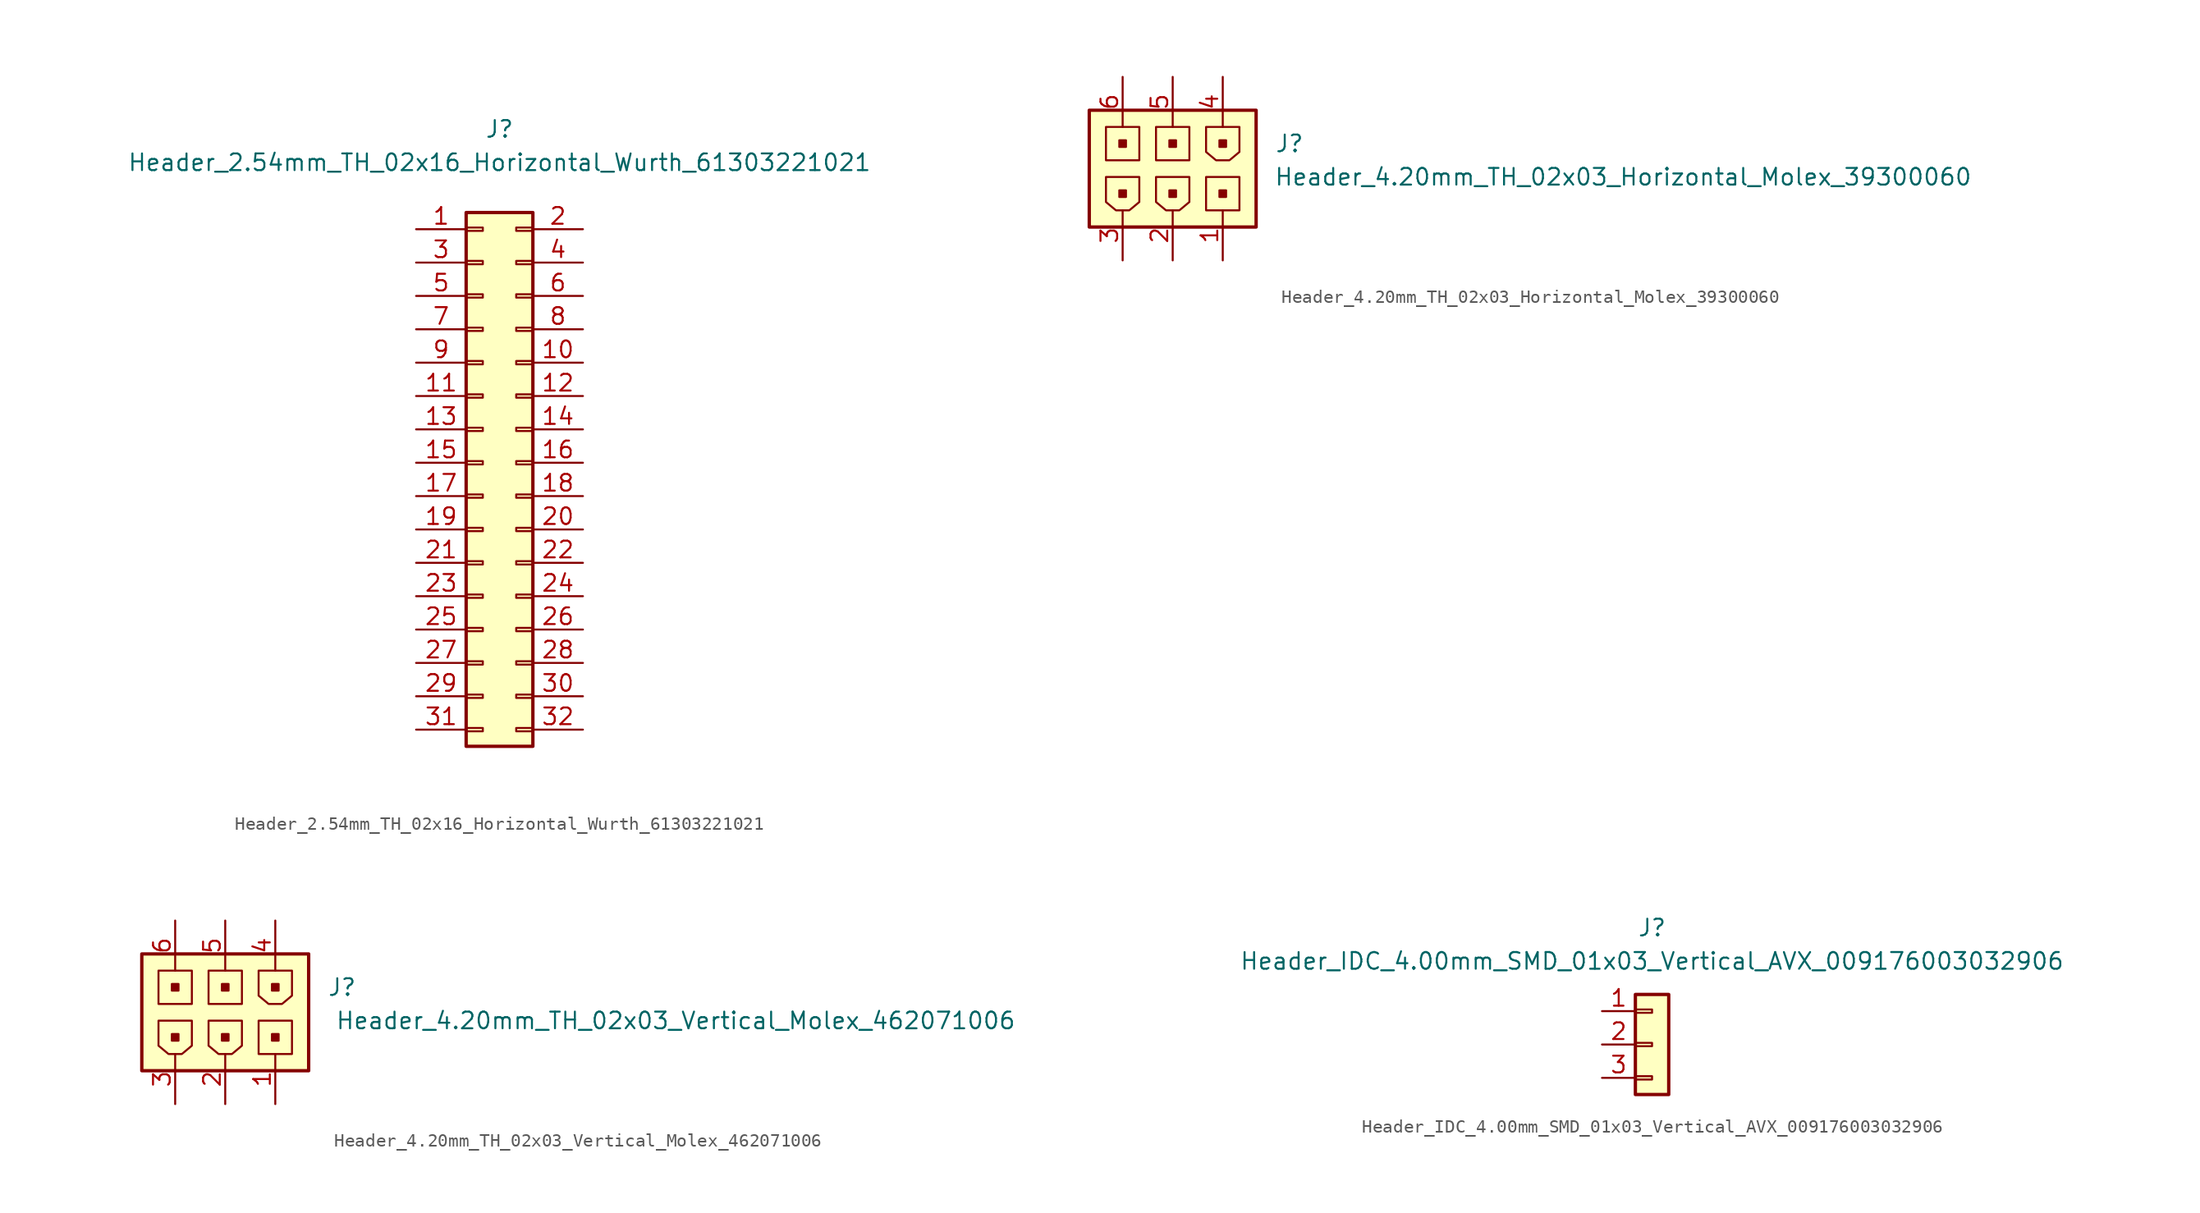
<source format=kicad_sym>
(kicad_symbol_lib
  (version 20241209)
  (generator "kicad_symbol_editor")
  (generator_version "9.0")
  (symbol "Header_2.54mm_TH_02x16_Horizontal_Wurth_61303221021"
    (pin_names
      (offset 1.27)
      (hide yes))
    (property "Reference" "J"
      (at 0 26.67 0)
      (effects (font (size 1.27 1.27))))
    (property "Value" "Header_2.54mm_TH_02x16_Horizontal_Wurth_61303221021"
      (at 0 24.13 0)
      (effects (font (size 1.27 1.27))))
    (symbol "Header_2.54mm_TH_02x16_Horizontal_Wurth_61303221021_1_1"
      (rectangle (start -2.54 20.32) (end 2.54 -20.32) (stroke (width 0.254) (type default)) (fill (type background)))
      (rectangle (start -2.54 19.177) (end -1.27 18.923) (stroke (width 0.152) (type default)) (fill (type none)))
      (rectangle (start -2.54 16.637) (end -1.27 16.383) (stroke (width 0.152) (type default)) (fill (type none)))
      (rectangle (start -2.54 14.097) (end -1.27 13.843) (stroke (width 0.152) (type default)) (fill (type none)))
      (rectangle (start -2.54 11.557) (end -1.27 11.303) (stroke (width 0.152) (type default)) (fill (type none)))
      (rectangle (start -2.54 9.017) (end -1.27 8.763) (stroke (width 0.152) (type default)) (fill (type none)))
      (rectangle (start -2.54 6.477) (end -1.27 6.223) (stroke (width 0.152) (type default)) (fill (type none)))
      (rectangle (start -2.54 3.937) (end -1.27 3.683) (stroke (width 0.152) (type default)) (fill (type none)))
      (rectangle (start -2.54 1.397) (end -1.27 1.143) (stroke (width 0.152) (type default)) (fill (type none)))
      (rectangle (start -2.54 -1.143) (end -1.27 -1.397) (stroke (width 0.152) (type default)) (fill (type none)))
      (rectangle (start -2.54 -3.683) (end -1.27 -3.937) (stroke (width 0.152) (type default)) (fill (type none)))
      (rectangle (start -2.54 -6.223) (end -1.27 -6.477) (stroke (width 0.152) (type default)) (fill (type none)))
      (rectangle (start -2.54 -8.763) (end -1.27 -9.017) (stroke (width 0.152) (type default)) (fill (type none)))
      (rectangle (start -2.54 -11.303) (end -1.27 -11.557) (stroke (width 0.152) (type default)) (fill (type none)))
      (rectangle (start -2.54 -13.843) (end -1.27 -14.097) (stroke (width 0.152) (type default)) (fill (type none)))
      (rectangle (start -2.54 -16.383) (end -1.27 -16.637) (stroke (width 0.152) (type default)) (fill (type none)))
      (rectangle (start -2.54 -18.923) (end -1.27 -19.177) (stroke (width 0.152) (type default)) (fill (type none)))
      (rectangle (start 2.54 19.177) (end 1.27 18.923) (stroke (width 0.152) (type default)) (fill (type none)))
      (rectangle (start 2.54 16.637) (end 1.27 16.383) (stroke (width 0.152) (type default)) (fill (type none)))
      (rectangle (start 2.54 14.097) (end 1.27 13.843) (stroke (width 0.152) (type default)) (fill (type none)))
      (rectangle (start 2.54 11.557) (end 1.27 11.303) (stroke (width 0.152) (type default)) (fill (type none)))
      (rectangle (start 2.54 9.017) (end 1.27 8.763) (stroke (width 0.152) (type default)) (fill (type none)))
      (rectangle (start 2.54 6.477) (end 1.27 6.223) (stroke (width 0.152) (type default)) (fill (type none)))
      (rectangle (start 2.54 3.937) (end 1.27 3.683) (stroke (width 0.152) (type default)) (fill (type none)))
      (rectangle (start 2.54 1.397) (end 1.27 1.143) (stroke (width 0.152) (type default)) (fill (type none)))
      (rectangle (start 2.54 -1.143) (end 1.27 -1.397) (stroke (width 0.152) (type default)) (fill (type none)))
      (rectangle (start 2.54 -3.683) (end 1.27 -3.937) (stroke (width 0.152) (type default)) (fill (type none)))
      (rectangle (start 2.54 -6.223) (end 1.27 -6.477) (stroke (width 0.152) (type default)) (fill (type none)))
      (rectangle (start 2.54 -8.763) (end 1.27 -9.017) (stroke (width 0.152) (type default)) (fill (type none)))
      (rectangle (start 2.54 -11.303) (end 1.27 -11.557) (stroke (width 0.152) (type default)) (fill (type none)))
      (rectangle (start 2.54 -13.843) (end 1.27 -14.097) (stroke (width 0.152) (type default)) (fill (type none)))
      (rectangle (start 2.54 -16.383) (end 1.27 -16.637) (stroke (width 0.152) (type default)) (fill (type none)))
      (rectangle (start 2.54 -18.923) (end 1.27 -19.177) (stroke (width 0.152) (type default)) (fill (type none)))
      (pin passive line (at -6.35 19.05 0) (length 3.81) (name "Pin_1" (effects (font (size 1.27 1.27)))) (number "1" (effects (font (size 1.27 1.27)))))
      (pin passive line (at -6.35 16.51 0) (length 3.81) (name "Pin_3" (effects (font (size 1.27 1.27)))) (number "3" (effects (font (size 1.27 1.27)))))
      (pin passive line (at -6.35 13.97 0) (length 3.81) (name "Pin_5" (effects (font (size 1.27 1.27)))) (number "5" (effects (font (size 1.27 1.27)))))
      (pin passive line (at -6.35 11.43 0) (length 3.81) (name "Pin_7" (effects (font (size 1.27 1.27)))) (number "7" (effects (font (size 1.27 1.27)))))
      (pin passive line (at -6.35 8.89 0) (length 3.81) (name "Pin_9" (effects (font (size 1.27 1.27)))) (number "9" (effects (font (size 1.27 1.27)))))
      (pin passive line (at -6.35 6.35 0) (length 3.81) (name "Pin_11" (effects (font (size 1.27 1.27)))) (number "11" (effects (font (size 1.27 1.27)))))
      (pin passive line (at -6.35 3.81 0) (length 3.81) (name "Pin_13" (effects (font (size 1.27 1.27)))) (number "13" (effects (font (size 1.27 1.27)))))
      (pin passive line (at -6.35 1.27 0) (length 3.81) (name "Pin_15" (effects (font (size 1.27 1.27)))) (number "15" (effects (font (size 1.27 1.27)))))
      (pin passive line (at -6.35 -1.27 0) (length 3.81) (name "Pin_17" (effects (font (size 1.27 1.27)))) (number "17" (effects (font (size 1.27 1.27)))))
      (pin passive line (at -6.35 -3.81 0) (length 3.81) (name "Pin_19" (effects (font (size 1.27 1.27)))) (number "19" (effects (font (size 1.27 1.27)))))
      (pin passive line (at -6.35 -6.35 0) (length 3.81) (name "Pin_21" (effects (font (size 1.27 1.27)))) (number "21" (effects (font (size 1.27 1.27)))))
      (pin passive line (at -6.35 -8.89 0) (length 3.81) (name "Pin_23" (effects (font (size 1.27 1.27)))) (number "23" (effects (font (size 1.27 1.27)))))
      (pin passive line (at -6.35 -11.43 0) (length 3.81) (name "Pin_25" (effects (font (size 1.27 1.27)))) (number "25" (effects (font (size 1.27 1.27)))))
      (pin passive line (at -6.35 -13.97 0) (length 3.81) (name "Pin_27" (effects (font (size 1.27 1.27)))) (number "27" (effects (font (size 1.27 1.27)))))
      (pin passive line (at -6.35 -16.51 0) (length 3.81) (name "Pin_29" (effects (font (size 1.27 1.27)))) (number "29" (effects (font (size 1.27 1.27)))))
      (pin passive line (at -6.35 -19.05 0) (length 3.81) (name "Pin_31" (effects (font (size 1.27 1.27)))) (number "31" (effects (font (size 1.27 1.27)))))
      (pin passive line (at 6.35 19.05 180) (length 3.81) (name "Pin_2" (effects (font (size 1.27 1.27)))) (number "2" (effects (font (size 1.27 1.27)))))
      (pin passive line (at 6.35 16.51 180) (length 3.81) (name "Pin_4" (effects (font (size 1.27 1.27)))) (number "4" (effects (font (size 1.27 1.27)))))
      (pin passive line (at 6.35 13.97 180) (length 3.81) (name "Pin_6" (effects (font (size 1.27 1.27)))) (number "6" (effects (font (size 1.27 1.27)))))
      (pin passive line (at 6.35 11.43 180) (length 3.81) (name "Pin_8" (effects (font (size 1.27 1.27)))) (number "8" (effects (font (size 1.27 1.27)))))
      (pin passive line (at 6.35 8.89 180) (length 3.81) (name "Pin_10" (effects (font (size 1.27 1.27)))) (number "10" (effects (font (size 1.27 1.27)))))
      (pin passive line (at 6.35 6.35 180) (length 3.81) (name "Pin_12" (effects (font (size 1.27 1.27)))) (number "12" (effects (font (size 1.27 1.27)))))
      (pin passive line (at 6.35 3.81 180) (length 3.81) (name "Pin_14" (effects (font (size 1.27 1.27)))) (number "14" (effects (font (size 1.27 1.27)))))
      (pin passive line (at 6.35 1.27 180) (length 3.81) (name "Pin_16" (effects (font (size 1.27 1.27)))) (number "16" (effects (font (size 1.27 1.27)))))
      (pin passive line (at 6.35 -1.27 180) (length 3.81) (name "Pin_18" (effects (font (size 1.27 1.27)))) (number "18" (effects (font (size 1.27 1.27)))))
      (pin passive line (at 6.35 -3.81 180) (length 3.81) (name "Pin_20" (effects (font (size 1.27 1.27)))) (number "20" (effects (font (size 1.27 1.27)))))
      (pin passive line (at 6.35 -6.35 180) (length 3.81) (name "Pin_22" (effects (font (size 1.27 1.27)))) (number "22" (effects (font (size 1.27 1.27)))))
      (pin passive line (at 6.35 -8.89 180) (length 3.81) (name "Pin_24" (effects (font (size 1.27 1.27)))) (number "24" (effects (font (size 1.27 1.27)))))
      (pin passive line (at 6.35 -11.43 180) (length 3.81) (name "Pin_26" (effects (font (size 1.27 1.27)))) (number "26" (effects (font (size 1.27 1.27)))))
      (pin passive line (at 6.35 -13.97 180) (length 3.81) (name "Pin_28" (effects (font (size 1.27 1.27)))) (number "28" (effects (font (size 1.27 1.27)))))
      (pin passive line (at 6.35 -16.51 180) (length 3.81) (name "Pin_30" (effects (font (size 1.27 1.27)))) (number "30" (effects (font (size 1.27 1.27)))))
      (pin passive line (at 6.35 -19.05 180) (length 3.81) (name "Pin_32" (effects (font (size 1.27 1.27)))) (number "32" (effects (font (size 1.27 1.27)))))))
  (symbol "Header_4.20mm_TH_02x03_Horizontal_Molex_39300060"
    (pin_names
      (offset 1.27)
      (hide yes))
    (property "Reference" "J"
      (at 8.89 1.27 0)
      (effects (font (size 1.27 1.27))))
    (property "Value" "Header_4.20mm_TH_02x03_Horizontal_Molex_39300060"
      (at 34.29 -1.27 0)
      (effects (font (size 1.27 1.27))))
    (symbol "Header_4.20mm_TH_02x03_Horizontal_Molex_39300060_0_1"
      (rectangle (start -6.35 -5.08) (end 6.35 3.81) (stroke (width 0.254) (type default)) (fill (type background)))
      (rectangle (start -5.08 2.54) (end -2.54 0) (stroke (width 0) (type default)) (fill (type none)))
      (polyline (pts (xy 2.54 2.54) (xy 5.08 2.54) (xy 5.08 0.635) (xy 4.318 0) (xy 3.81 0) (xy 3.302 0) (xy 2.54 0.635) (xy 2.54 2.54) (xy 3.81 2.54)) (stroke (width 0) (type default)) (fill (type none))))
    (symbol "Header_4.20mm_TH_02x03_Horizontal_Molex_39300060_1_1"
      (polyline (pts (xy -5.08 -1.27) (xy -2.54 -1.27) (xy -2.54 -3.175) (xy -3.302 -3.81) (xy -3.81 -3.81) (xy -4.318 -3.81) (xy -5.08 -3.175) (xy -5.08 -1.27) (xy -3.81 -1.27)) (stroke (width 0) (type default)) (fill (type none)))
      (rectangle (start -4.064 1.524) (end -3.556 1.016) (stroke (width 0) (type default)) (fill (type outline)))
      (rectangle (start -4.064 -2.286) (end -3.556 -2.794) (stroke (width 0) (type default)) (fill (type outline)))
      (rectangle (start -1.27 2.54) (end 1.27 0) (stroke (width 0) (type default)) (fill (type none)))
      (polyline (pts (xy -1.27 -1.27) (xy 1.27 -1.27) (xy 1.27 -3.175) (xy 0.508 -3.81) (xy 0 -3.81) (xy -0.508 -3.81) (xy -1.27 -3.175) (xy -1.27 -1.27) (xy 0 -1.27)) (stroke (width 0) (type default)) (fill (type none)))
      (rectangle (start -0.254 1.524) (end 0.254 1.016) (stroke (width 0) (type default)) (fill (type outline)))
      (rectangle (start -0.254 -2.286) (end 0.254 -2.794) (stroke (width 0) (type default)) (fill (type outline)))
      (rectangle (start 2.54 -1.27) (end 5.08 -3.81) (stroke (width 0) (type default)) (fill (type none)))
      (rectangle (start 3.556 1.524) (end 4.064 1.016) (stroke (width 0) (type default)) (fill (type outline)))
      (rectangle (start 3.556 -2.286) (end 4.064 -2.794) (stroke (width 0) (type default)) (fill (type outline)))
      (pin passive line (at -3.81 6.35 270) (length 3.81) (name "Pin_6" (effects (font (size 1.27 1.27)))) (number "6" (effects (font (size 1.27 1.27)))))
      (pin passive line (at -3.81 -7.62 90) (length 3.81) (name "Pin_3" (effects (font (size 1.27 1.27)))) (number "3" (effects (font (size 1.27 1.27)))))
      (pin passive line (at 0 6.35 270) (length 3.81) (name "Pin_5" (effects (font (size 1.27 1.27)))) (number "5" (effects (font (size 1.27 1.27)))))
      (pin passive line (at 0 -7.62 90) (length 3.81) (name "Pin_2" (effects (font (size 1.27 1.27)))) (number "2" (effects (font (size 1.27 1.27)))))
      (pin passive line (at 3.81 6.35 270) (length 3.81) (name "Pin_4" (effects (font (size 1.27 1.27)))) (number "4" (effects (font (size 1.27 1.27)))))
      (pin passive line (at 3.81 -7.62 90) (length 3.81) (name "Pin_1" (effects (font (size 1.27 1.27)))) (number "1" (effects (font (size 1.27 1.27)))))))
  (symbol "Header_4.20mm_TH_02x03_Vertical_Molex_462071006"
    (pin_names
      (offset 1.27)
      (hide yes))
    (property "Reference" "J"
      (at 8.89 1.27 0)
      (effects (font (size 1.27 1.27))))
    (property "Value" "Header_4.20mm_TH_02x03_Vertical_Molex_462071006"
      (at 34.29 -1.27 0)
      (effects (font (size 1.27 1.27))))
    (symbol "Header_4.20mm_TH_02x03_Vertical_Molex_462071006_0_1"
      (rectangle (start -6.35 -5.08) (end 6.35 3.81) (stroke (width 0.254) (type default)) (fill (type background)))
      (rectangle (start -5.08 2.54) (end -2.54 0) (stroke (width 0) (type default)) (fill (type none)))
      (polyline (pts (xy 2.54 2.54) (xy 5.08 2.54) (xy 5.08 0.635) (xy 4.318 0) (xy 3.81 0) (xy 3.302 0) (xy 2.54 0.635) (xy 2.54 2.54) (xy 3.81 2.54)) (stroke (width 0) (type default)) (fill (type none))))
    (symbol "Header_4.20mm_TH_02x03_Vertical_Molex_462071006_1_1"
      (polyline (pts (xy -5.08 -1.27) (xy -2.54 -1.27) (xy -2.54 -3.175) (xy -3.302 -3.81) (xy -3.81 -3.81) (xy -4.318 -3.81) (xy -5.08 -3.175) (xy -5.08 -1.27) (xy -3.81 -1.27)) (stroke (width 0) (type default)) (fill (type none)))
      (rectangle (start -4.064 1.524) (end -3.556 1.016) (stroke (width 0) (type default)) (fill (type outline)))
      (rectangle (start -4.064 -2.286) (end -3.556 -2.794) (stroke (width 0) (type default)) (fill (type outline)))
      (rectangle (start -1.27 2.54) (end 1.27 0) (stroke (width 0) (type default)) (fill (type none)))
      (polyline (pts (xy -1.27 -1.27) (xy 1.27 -1.27) (xy 1.27 -3.175) (xy 0.508 -3.81) (xy 0 -3.81) (xy -0.508 -3.81) (xy -1.27 -3.175) (xy -1.27 -1.27) (xy 0 -1.27)) (stroke (width 0) (type default)) (fill (type none)))
      (rectangle (start -0.254 1.524) (end 0.254 1.016) (stroke (width 0) (type default)) (fill (type outline)))
      (rectangle (start -0.254 -2.286) (end 0.254 -2.794) (stroke (width 0) (type default)) (fill (type outline)))
      (rectangle (start 2.54 -1.27) (end 5.08 -3.81) (stroke (width 0) (type default)) (fill (type none)))
      (rectangle (start 3.556 1.524) (end 4.064 1.016) (stroke (width 0) (type default)) (fill (type outline)))
      (rectangle (start 3.556 -2.286) (end 4.064 -2.794) (stroke (width 0) (type default)) (fill (type outline)))
      (pin passive line (at -3.81 6.35 270) (length 3.81) (name "Pin_6" (effects (font (size 1.27 1.27)))) (number "6" (effects (font (size 1.27 1.27)))))
      (pin passive line (at -3.81 -7.62 90) (length 3.81) (name "Pin_3" (effects (font (size 1.27 1.27)))) (number "3" (effects (font (size 1.27 1.27)))))
      (pin passive line (at 0 6.35 270) (length 3.81) (name "Pin_5" (effects (font (size 1.27 1.27)))) (number "5" (effects (font (size 1.27 1.27)))))
      (pin passive line (at 0 -7.62 90) (length 3.81) (name "Pin_2" (effects (font (size 1.27 1.27)))) (number "2" (effects (font (size 1.27 1.27)))))
      (pin passive line (at 3.81 6.35 270) (length 3.81) (name "Pin_4" (effects (font (size 1.27 1.27)))) (number "4" (effects (font (size 1.27 1.27)))))
      (pin passive line (at 3.81 -7.62 90) (length 3.81) (name "Pin_1" (effects (font (size 1.27 1.27)))) (number "1" (effects (font (size 1.27 1.27)))))))
  (symbol "Header_IDC_4.00mm_SMD_01x03_Vertical_AVX_009176003032906"
    (pin_names
      (offset 1.27)
      (hide yes))
    (property "Reference" "J"
      (at 0 8.89 0)
      (effects (font (size 1.27 1.27))))
    (property "Value" "Header_IDC_4.00mm_SMD_01x03_Vertical_AVX_009176003032906"
      (at 0 6.35 0)
      (effects (font (size 1.27 1.27))))
    (symbol "Header_IDC_4.00mm_SMD_01x03_Vertical_AVX_009176003032906_1_1"
      (rectangle (start -1.27 3.81) (end 1.27 -3.81) (stroke (width 0.254) (type default)) (fill (type background)))
      (rectangle (start -1.27 2.667) (end 0 2.413) (stroke (width 0.152) (type default)) (fill (type none)))
      (rectangle (start -1.27 0.127) (end 0 -0.127) (stroke (width 0.152) (type default)) (fill (type none)))
      (rectangle (start -1.27 -2.413) (end 0 -2.667) (stroke (width 0.152) (type default)) (fill (type none)))
      (pin passive line (at -3.81 2.54 0) (length 2.54) (name "Pin_1" (effects (font (size 1.27 1.27)))) (number "1" (effects (font (size 1.27 1.27)))))
      (pin passive line (at -3.81 0 0) (length 2.54) (name "Pin_2" (effects (font (size 1.27 1.27)))) (number "2" (effects (font (size 1.27 1.27)))))
      (pin passive line (at -3.81 -2.54 0) (length 2.54) (name "Pin_3" (effects (font (size 1.27 1.27)))) (number "3" (effects (font (size 1.27 1.27))))))))
</source>
